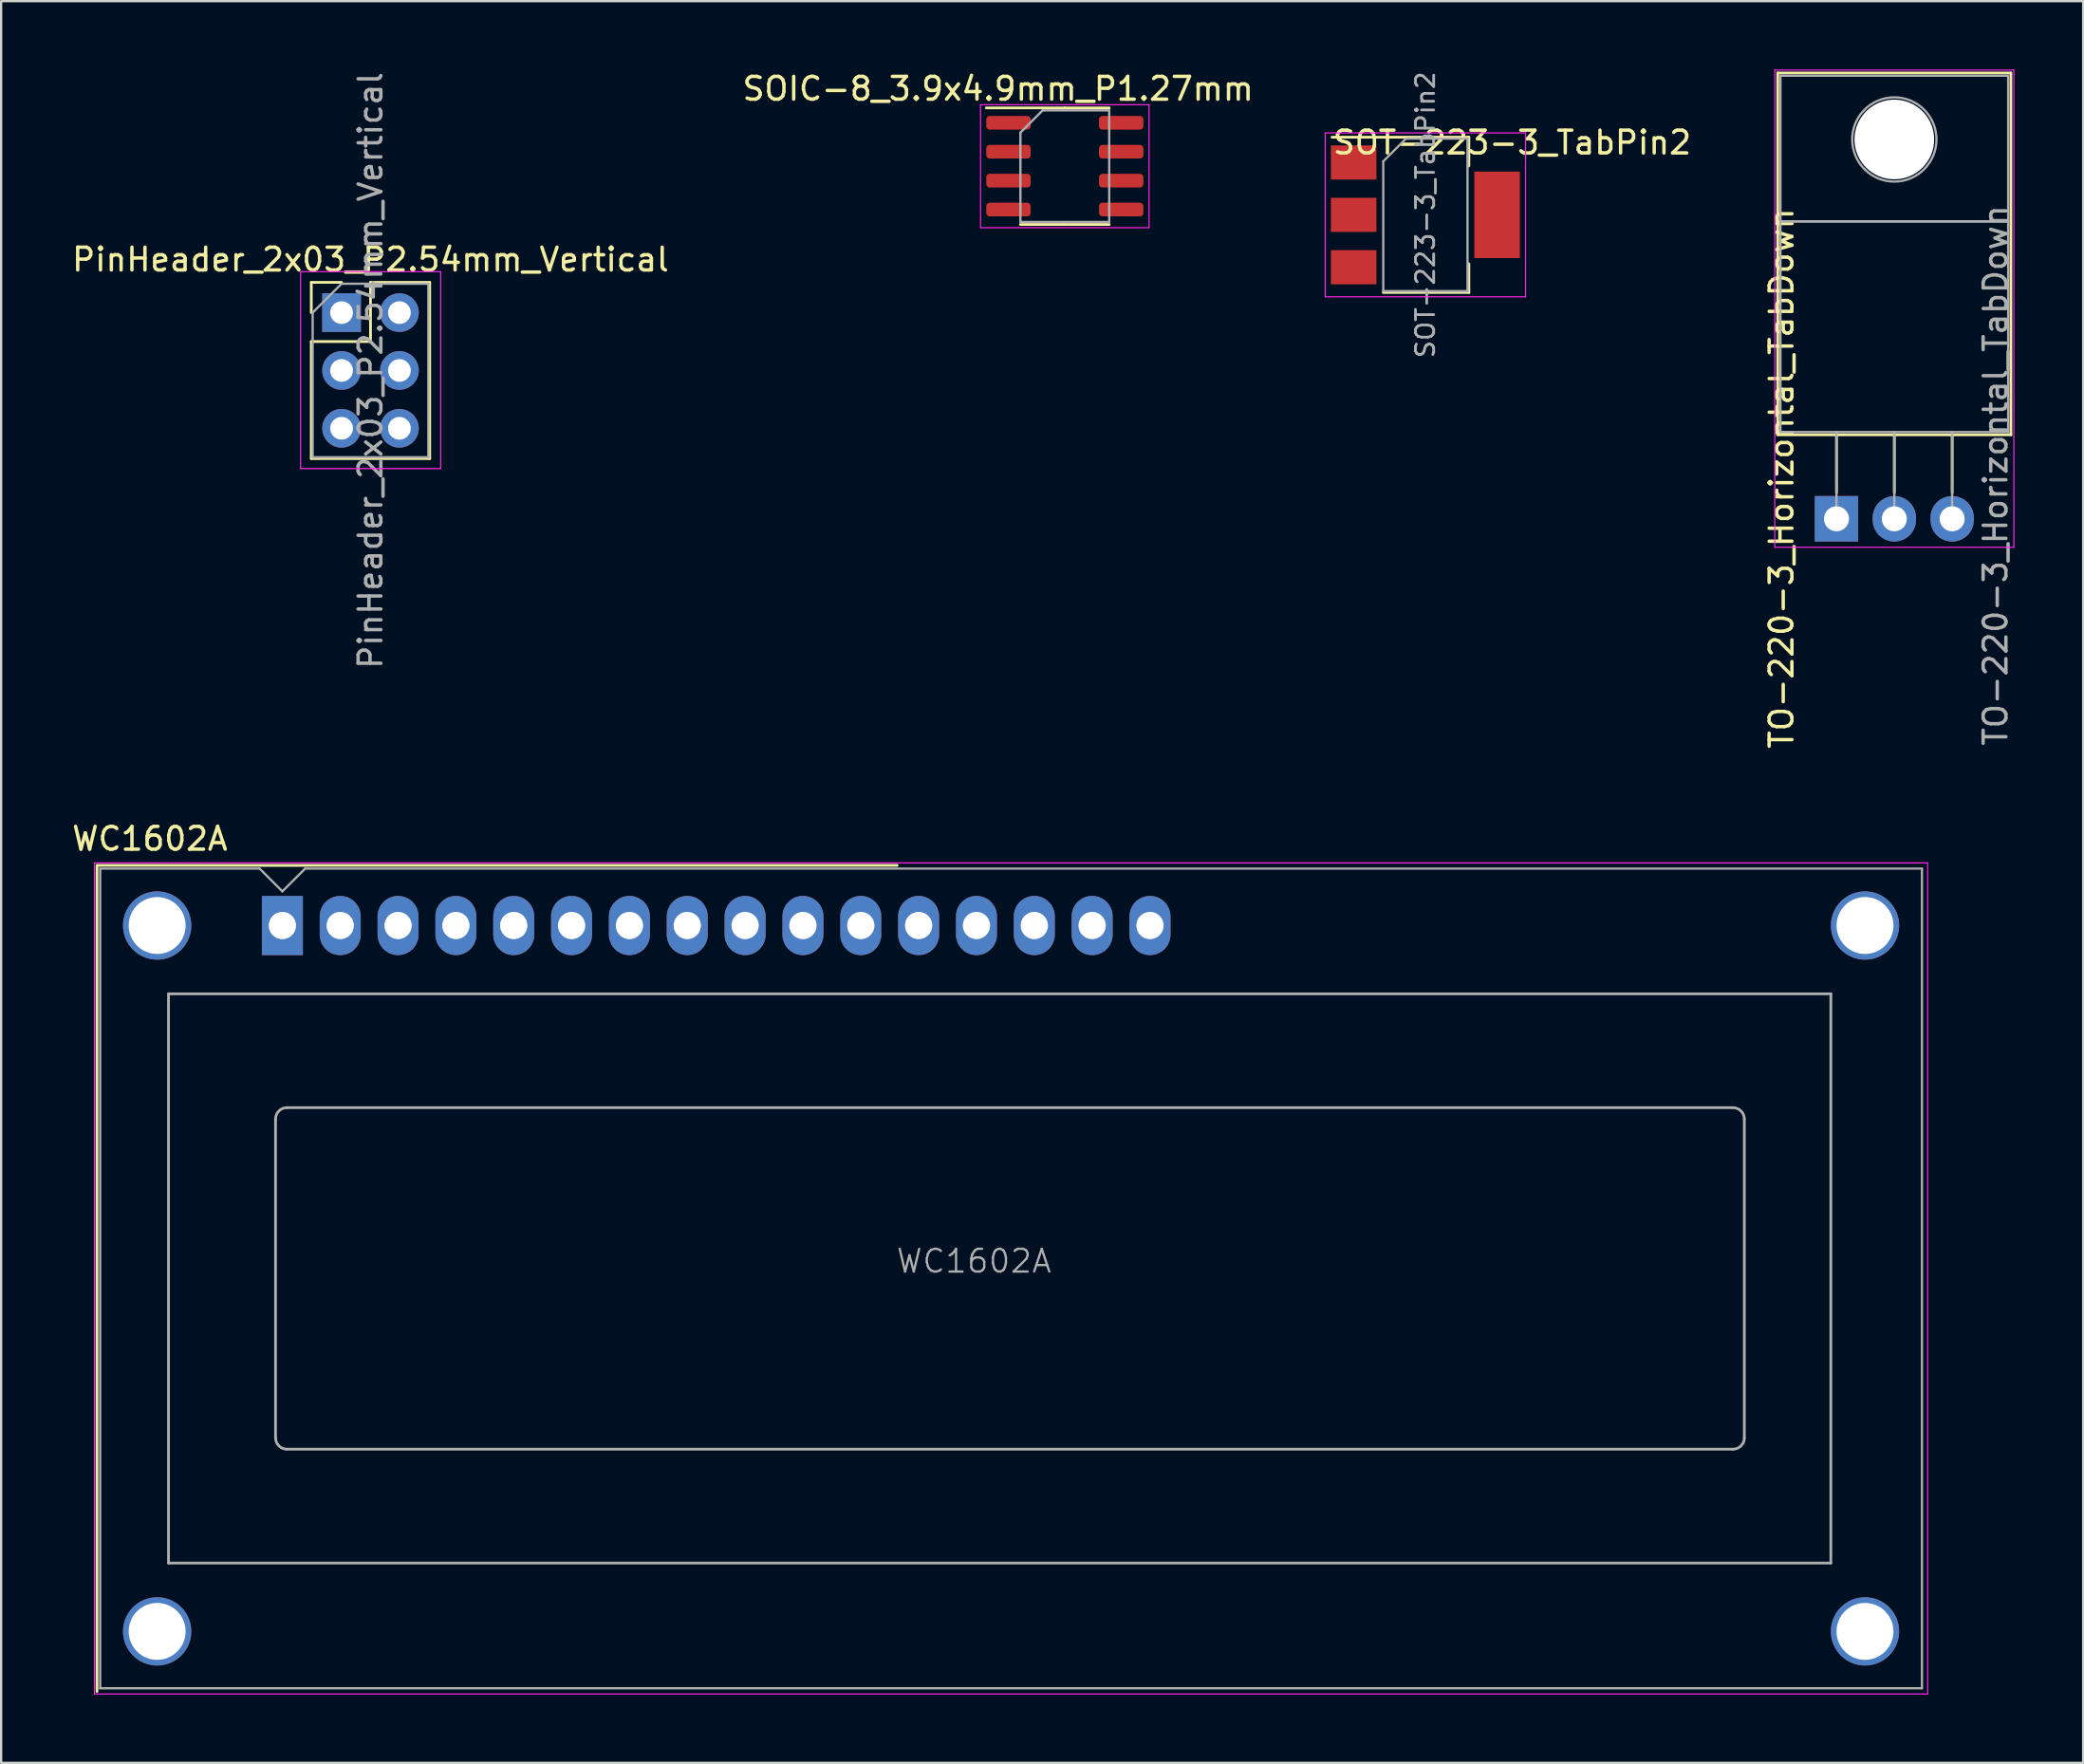
<source format=kicad_pcb>
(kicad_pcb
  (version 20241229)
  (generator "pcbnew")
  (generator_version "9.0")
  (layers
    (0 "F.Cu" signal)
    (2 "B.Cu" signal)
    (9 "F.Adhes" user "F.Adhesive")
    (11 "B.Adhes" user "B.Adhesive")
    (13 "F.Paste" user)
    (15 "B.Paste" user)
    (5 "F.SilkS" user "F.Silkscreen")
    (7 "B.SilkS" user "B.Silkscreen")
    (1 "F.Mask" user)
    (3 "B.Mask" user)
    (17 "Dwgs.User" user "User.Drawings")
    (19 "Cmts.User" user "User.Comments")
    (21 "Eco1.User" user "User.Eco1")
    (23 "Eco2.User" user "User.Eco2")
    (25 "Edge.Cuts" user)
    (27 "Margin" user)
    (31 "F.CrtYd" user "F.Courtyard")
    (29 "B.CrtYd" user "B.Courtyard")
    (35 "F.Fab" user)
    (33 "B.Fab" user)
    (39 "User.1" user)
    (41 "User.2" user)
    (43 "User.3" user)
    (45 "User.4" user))
  (footprint "TO-220-3_Horizontal_TabDown"
    (layer "F.Cu")
    (at 77.597 19.735)
    (property "Reference" "TO-220-3_Horizontal_TabDown" (at -2.413 -1.778 90) (layer "F.SilkS") (effects (font (size 1 1) (thickness 0.15))))
    (attr through_hole)
    (fp_line (start -2.58 -19.58) (end -2.58 -3.69) (stroke (width 0.12) (type solid)) (layer "F.SilkS"))
    (fp_line (start -2.58 -19.58) (end 7.66 -19.58) (stroke (width 0.12) (type solid)) (layer "F.SilkS"))
    (fp_line (start -2.58 -3.69) (end 7.66 -3.69) (stroke (width 0.12) (type solid)) (layer "F.SilkS"))
    (fp_line (start 0 -3.69) (end 0 -1.15) (stroke (width 0.12) (type solid)) (layer "F.SilkS"))
    (fp_line (start 2.54 -3.69) (end 2.54 -1.15) (stroke (width 0.12) (type solid)) (layer "F.SilkS"))
    (fp_line (start 5.08 -3.69) (end 5.08 -1.15) (stroke (width 0.12) (type solid)) (layer "F.SilkS"))
    (fp_line (start 7.66 -19.58) (end 7.66 -3.69) (stroke (width 0.12) (type solid)) (layer "F.SilkS"))
    (fp_line (start -2.71 -19.71) (end -2.71 1.25) (stroke (width 0.05) (type solid)) (layer "F.CrtYd"))
    (fp_line (start -2.71 1.25) (end 7.79 1.25) (stroke (width 0.05) (type solid)) (layer "F.CrtYd"))
    (fp_line (start 7.79 -19.71) (end -2.71 -19.71) (stroke (width 0.05) (type solid)) (layer "F.CrtYd"))
    (fp_line (start 7.79 1.25) (end 7.79 -19.71) (stroke (width 0.05) (type solid)) (layer "F.CrtYd"))
    (fp_line (start -2.46 -19.46) (end 7.54 -19.46) (stroke (width 0.1) (type solid)) (layer "F.Fab"))
    (fp_line (start -2.46 -13.06) (end -2.46 -19.46) (stroke (width 0.1) (type solid)) (layer "F.Fab"))
    (fp_line (start -2.46 -13.06) (end 7.54 -13.06) (stroke (width 0.1) (type solid)) (layer "F.Fab"))
    (fp_line (start -2.46 -3.81) (end -2.46 -13.06) (stroke (width 0.1) (type solid)) (layer "F.Fab"))
    (fp_line (start 0 -3.81) (end 0 0) (stroke (width 0.1) (type solid)) (layer "F.Fab"))
    (fp_line (start 2.54 -3.81) (end 2.54 0) (stroke (width 0.1) (type solid)) (layer "F.Fab"))
    (fp_line (start 5.08 -3.81) (end 5.08 0) (stroke (width 0.1) (type solid)) (layer "F.Fab"))
    (fp_line (start 7.54 -19.46) (end 7.54 -13.06) (stroke (width 0.1) (type solid)) (layer "F.Fab"))
    (fp_line (start 7.54 -13.06) (end -2.46 -13.06) (stroke (width 0.1) (type solid)) (layer "F.Fab"))
    (fp_line (start 7.54 -13.06) (end 7.54 -3.81) (stroke (width 0.1) (type solid)) (layer "F.Fab"))
    (fp_line (start 7.54 -3.81) (end -2.46 -3.81) (stroke (width 0.1) (type solid)) (layer "F.Fab"))
    (fp_circle (center 2.54 -16.66) (end 4.39 -16.66) (stroke (width 0.1) (type solid)) (fill no) (layer "F.Fab"))
    (fp_text user "${REFERENCE}" (at 6.985 -1.905 90) (layer "F.Fab") (effects (font (size 1 1) (thickness 0.15))))
    (pad "" np_thru_hole oval (at 2.54 -16.66) (size 3.5 3.5) (drill 3.5) (layers "*.Cu" "*.Mask"))
    (pad "1" thru_hole rect (at 0 0) (size 1.905 2) (drill 1.1) (layers "*.Cu" "*.Mask"))
    (pad "2" thru_hole oval (at 2.54 0) (size 1.905 2) (drill 1.1) (layers "*.Cu" "*.Mask"))
    (pad "3" thru_hole oval (at 5.08 0) (size 1.905 2) (drill 1.1) (layers "*.Cu" "*.Mask")))
  (footprint "WC1602A"
    (layer "F.Cu")
    (at 9.35 37.597)
    (property "Reference" "WC1602A" (at -5.82 -3.81 0) (layer "F.SilkS") (effects (font (size 1 1) (thickness 0.15))))
    (attr through_hole)
    (fp_line (start -8.14 -2.64) (end -8.14 33.64) (stroke (width 0.12) (type solid)) (layer "F.SilkS"))
    (fp_line (start -8.13 -2.64) (end 27 -2.64) (stroke (width 0.12) (type solid)) (layer "F.SilkS"))
    (fp_line (start -8.25 -2.75) (end -8.25 33.75) (stroke (width 0.05) (type solid)) (layer "F.CrtYd"))
    (fp_line (start -8.25 -2.75) (end 72.25 -2.75) (stroke (width 0.05) (type solid)) (layer "F.CrtYd"))
    (fp_line (start -8.25 33.75) (end 72.25 33.75) (stroke (width 0.05) (type solid)) (layer "F.CrtYd"))
    (fp_line (start 72.25 -2.75) (end 72.25 33.75) (stroke (width 0.05) (type solid)) (layer "F.CrtYd"))
    (fp_line (start -8 33.5) (end -8 -2.5) (stroke (width 0.1) (type solid)) (layer "F.Fab"))
    (fp_line (start -5 3) (end 68 3) (stroke (width 0.12) (type solid)) (layer "F.Fab"))
    (fp_line (start -5 28) (end -5 3) (stroke (width 0.12) (type solid)) (layer "F.Fab"))
    (fp_line (start -1 -2.5) (end -8 -2.5) (stroke (width 0.1) (type solid)) (layer "F.Fab"))
    (fp_line (start -0.3 22.499) (end -0.3 8.5) (stroke (width 0.12) (type solid)) (layer "F.Fab"))
    (fp_line (start 0 -1.5) (end -1 -2.5) (stroke (width 0.1) (type solid)) (layer "F.Fab"))
    (fp_line (start 0.2 8) (end 63.7 8) (stroke (width 0.12) (type solid)) (layer "F.Fab"))
    (fp_line (start 1 -2.5) (end 0 -1.5) (stroke (width 0.1) (type solid)) (layer "F.Fab"))
    (fp_line (start 1 -2.5) (end 72 -2.5) (stroke (width 0.1) (type solid)) (layer "F.Fab"))
    (fp_line (start 63.701 23) (end 0.2 23) (stroke (width 0.12) (type solid)) (layer "F.Fab"))
    (fp_line (start 64.2 8.5) (end 64.2 22.5) (stroke (width 0.12) (type solid)) (layer "F.Fab"))
    (fp_line (start 68 3) (end 68 28) (stroke (width 0.12) (type solid)) (layer "F.Fab"))
    (fp_line (start 68 28) (end -5 28) (stroke (width 0.12) (type solid)) (layer "F.Fab"))
    (fp_line (start 72 -2.5) (end 72 33.5) (stroke (width 0.1) (type solid)) (layer "F.Fab"))
    (fp_line (start 72 33.5) (end -8 33.5) (stroke (width 0.1) (type solid)) (layer "F.Fab"))
    (fp_arc (start -0.29972 8.49884) (mid -0.153162 8.145018) (end 0.20066 7.99846) (stroke (width 0.12) (type solid)) (layer "F.Fab"))
    (fp_arc (start 0.20066 22.9997) (mid -0.153162 22.853142) (end -0.29972 22.49932) (stroke (width 0.12) (type solid)) (layer "F.Fab"))
    (fp_arc (start 63.7 8) (mid 64.053553 8.146447) (end 64.2 8.5) (stroke (width 0.12) (type solid)) (layer "F.Fab"))
    (fp_arc (start 64.20104 22.49932) (mid 64.054482 22.853142) (end 63.70066 22.9997) (stroke (width 0.12) (type solid)) (layer "F.Fab"))
    (fp_text user "${REFERENCE}" (at 30.37 14.74 0) (layer "F.Fab") (effects (font (size 1 1) (thickness 0.1))))
    (pad "" thru_hole circle (at -5.499 0) (size 3 3) (drill 2.5) (layers "*.Cu" "*.Mask"))
    (pad "" thru_hole circle (at -5.499 31.001) (size 3 3) (drill 2.5) (layers "*.Cu" "*.Mask"))
    (pad "" thru_hole circle (at 69.499 31.001) (size 3 3) (drill 2.5) (layers "*.Cu" "*.Mask"))
    (pad "" thru_hole circle (at 69.5 0) (size 3 3) (drill 2.5) (layers "*.Cu" "*.Mask"))
    (pad "1" thru_hole rect (at 0 0) (size 1.8 2.6) (drill 1.2) (layers "*.Cu" "*.Mask"))
    (pad "2" thru_hole oval (at 2.54 0) (size 1.8 2.6) (drill 1.2) (layers "*.Cu" "*.Mask"))
    (pad "3" thru_hole oval (at 5.08 0) (size 1.8 2.6) (drill 1.2) (layers "*.Cu" "*.Mask"))
    (pad "4" thru_hole oval (at 7.62 0) (size 1.8 2.6) (drill 1.2) (layers "*.Cu" "*.Mask"))
    (pad "5" thru_hole oval (at 10.16 0) (size 1.8 2.6) (drill 1.2) (layers "*.Cu" "*.Mask"))
    (pad "6" thru_hole oval (at 12.7 0) (size 1.8 2.6) (drill 1.2) (layers "*.Cu" "*.Mask"))
    (pad "7" thru_hole oval (at 15.24 0) (size 1.8 2.6) (drill 1.2) (layers "*.Cu" "*.Mask"))
    (pad "8" thru_hole oval (at 17.78 0) (size 1.8 2.6) (drill 1.2) (layers "*.Cu" "*.Mask"))
    (pad "9" thru_hole oval (at 20.32 0) (size 1.8 2.6) (drill 1.2) (layers "*.Cu" "*.Mask"))
    (pad "10" thru_hole oval (at 22.86 0) (size 1.8 2.6) (drill 1.2) (layers "*.Cu" "*.Mask"))
    (pad "11" thru_hole oval (at 25.4 0) (size 1.8 2.6) (drill 1.2) (layers "*.Cu" "*.Mask"))
    (pad "12" thru_hole oval (at 27.94 0) (size 1.8 2.6) (drill 1.2) (layers "*.Cu" "*.Mask"))
    (pad "13" thru_hole oval (at 30.48 0) (size 1.8 2.6) (drill 1.2) (layers "*.Cu" "*.Mask"))
    (pad "14" thru_hole oval (at 33.02 0) (size 1.8 2.6) (drill 1.2) (layers "*.Cu" "*.Mask"))
    (pad "15" thru_hole oval (at 35.56 0) (size 1.8 2.6) (drill 1.2) (layers "*.Cu" "*.Mask"))
    (pad "16" thru_hole oval (at 38.1 0) (size 1.8 2.6) (drill 1.2) (layers "*.Cu" "*.Mask")))
  (footprint "PinHeader_2x03_P2.54mm_Vertical"
    (layer "F.Cu")
    (at 11.95 10.68)
    (property "Reference" "PinHeader_2x03_P2.54mm_Vertical" (at 1.27 -2.33 180) (layer "F.SilkS") (effects (font (size 1 1) (thickness 0.15))))
    (attr through_hole)
    (fp_line (start -1.33 -1.33) (end 0 -1.33) (stroke (width 0.12) (type solid)) (layer "F.SilkS"))
    (fp_line (start -1.33 0) (end -1.33 -1.33) (stroke (width 0.12) (type solid)) (layer "F.SilkS"))
    (fp_line (start -1.33 1.27) (end -1.33 6.41) (stroke (width 0.12) (type solid)) (layer "F.SilkS"))
    (fp_line (start -1.33 1.27) (end 1.27 1.27) (stroke (width 0.12) (type solid)) (layer "F.SilkS"))
    (fp_line (start -1.33 6.41) (end 3.87 6.41) (stroke (width 0.12) (type solid)) (layer "F.SilkS"))
    (fp_line (start 1.27 -1.33) (end 3.87 -1.33) (stroke (width 0.12) (type solid)) (layer "F.SilkS"))
    (fp_line (start 1.27 1.27) (end 1.27 -1.33) (stroke (width 0.12) (type solid)) (layer "F.SilkS"))
    (fp_line (start 3.87 -1.33) (end 3.87 6.41) (stroke (width 0.12) (type solid)) (layer "F.SilkS"))
    (fp_line (start -1.8 -1.8) (end -1.8 6.85) (stroke (width 0.05) (type solid)) (layer "F.CrtYd"))
    (fp_line (start -1.8 6.85) (end 4.35 6.85) (stroke (width 0.05) (type solid)) (layer "F.CrtYd"))
    (fp_line (start 4.35 -1.8) (end -1.8 -1.8) (stroke (width 0.05) (type solid)) (layer "F.CrtYd"))
    (fp_line (start 4.35 6.85) (end 4.35 -1.8) (stroke (width 0.05) (type solid)) (layer "F.CrtYd"))
    (fp_line (start -1.27 0) (end 0 -1.27) (stroke (width 0.1) (type solid)) (layer "F.Fab"))
    (fp_line (start -1.27 6.35) (end -1.27 0) (stroke (width 0.1) (type solid)) (layer "F.Fab"))
    (fp_line (start 0 -1.27) (end 3.81 -1.27) (stroke (width 0.1) (type solid)) (layer "F.Fab"))
    (fp_line (start 3.81 -1.27) (end 3.81 6.35) (stroke (width 0.1) (type solid)) (layer "F.Fab"))
    (fp_line (start 3.81 6.35) (end -1.27 6.35) (stroke (width 0.1) (type solid)) (layer "F.Fab"))
    (fp_text user "${REFERENCE}" (at 1.27 2.54 270) (layer "F.Fab") (effects (font (size 1 1) (thickness 0.15))))
    (pad "1" thru_hole rect (at 0 0) (size 1.7 1.7) (drill 1) (layers "*.Cu" "*.Mask"))
    (pad "2" thru_hole oval (at 2.54 0) (size 1.7 1.7) (drill 1) (layers "*.Cu" "*.Mask"))
    (pad "3" thru_hole oval (at 0 2.54) (size 1.7 1.7) (drill 1) (layers "*.Cu" "*.Mask"))
    (pad "4" thru_hole oval (at 2.54 2.54) (size 1.7 1.7) (drill 1) (layers "*.Cu" "*.Mask"))
    (pad "5" thru_hole oval (at 0 5.08) (size 1.7 1.7) (drill 1) (layers "*.Cu" "*.Mask"))
    (pad "6" thru_hole oval (at 2.54 5.08) (size 1.7 1.7) (drill 1) (layers "*.Cu" "*.Mask")))
  (footprint "SOIC-8_3.9x4.9mm_P1.27mm"
    (layer "F.Cu")
    (at 43.71 4.248)
    (property "Reference" "SOIC-8_3.9x4.9mm_P1.27mm" (at -2.93 -3.4 0) (layer "F.SilkS") (effects (font (size 1 1) (thickness 0.15))))
    (attr smd)
    (fp_line (start 0 -2.56) (end -3.45 -2.56) (stroke (width 0.12) (type solid)) (layer "F.SilkS"))
    (fp_line (start 0 -2.56) (end 1.95 -2.56) (stroke (width 0.12) (type solid)) (layer "F.SilkS"))
    (fp_line (start 0 2.56) (end -1.95 2.56) (stroke (width 0.12) (type solid)) (layer "F.SilkS"))
    (fp_line (start 0 2.56) (end 1.95 2.56) (stroke (width 0.12) (type solid)) (layer "F.SilkS"))
    (fp_line (start -3.7 -2.7) (end -3.7 2.7) (stroke (width 0.05) (type solid)) (layer "F.CrtYd"))
    (fp_line (start -3.7 2.7) (end 3.7 2.7) (stroke (width 0.05) (type solid)) (layer "F.CrtYd"))
    (fp_line (start 3.7 -2.7) (end -3.7 -2.7) (stroke (width 0.05) (type solid)) (layer "F.CrtYd"))
    (fp_line (start 3.7 2.7) (end 3.7 -2.7) (stroke (width 0.05) (type solid)) (layer "F.CrtYd"))
    (fp_line (start -1.95 -1.475) (end -0.975 -2.45) (stroke (width 0.1) (type solid)) (layer "F.Fab"))
    (fp_line (start -1.95 2.45) (end -1.95 -1.475) (stroke (width 0.1) (type solid)) (layer "F.Fab"))
    (fp_line (start -0.975 -2.45) (end 1.95 -2.45) (stroke (width 0.1) (type solid)) (layer "F.Fab"))
    (fp_line (start 1.95 -2.45) (end 1.95 2.45) (stroke (width 0.1) (type solid)) (layer "F.Fab"))
    (fp_line (start 1.95 2.45) (end -1.95 2.45) (stroke (width 0.1) (type solid)) (layer "F.Fab"))
    (pad "1" smd roundrect (at -2.475 -1.905) (size 1.95 0.6) (layers "F.Cu" "F.Mask" "F.Paste") (roundrect_rratio 0.25))
    (pad "2" smd roundrect (at -2.475 -0.635) (size 1.95 0.6) (layers "F.Cu" "F.Mask" "F.Paste") (roundrect_rratio 0.25))
    (pad "3" smd roundrect (at -2.475 0.635) (size 1.95 0.6) (layers "F.Cu" "F.Mask" "F.Paste") (roundrect_rratio 0.25))
    (pad "4" smd roundrect (at -2.475 1.905) (size 1.95 0.6) (layers "F.Cu" "F.Mask" "F.Paste") (roundrect_rratio 0.25))
    (pad "5" smd roundrect (at 2.475 1.905) (size 1.95 0.6) (layers "F.Cu" "F.Mask" "F.Paste") (roundrect_rratio 0.25))
    (pad "6" smd roundrect (at 2.475 0.635) (size 1.95 0.6) (layers "F.Cu" "F.Mask" "F.Paste") (roundrect_rratio 0.25))
    (pad "7" smd roundrect (at 2.475 -0.635) (size 1.95 0.6) (layers "F.Cu" "F.Mask" "F.Paste") (roundrect_rratio 0.25))
    (pad "8" smd roundrect (at 2.475 -1.905) (size 1.95 0.6) (layers "F.Cu" "F.Mask" "F.Paste") (roundrect_rratio 0.25)))
  (footprint "SOT-223-3_TabPin2"
    (layer "F.Cu")
    (at 59.544 6.386)
    (property "Reference" "SOT-223-3_TabPin2" (at 3.81 -3.175 0) (layer "F.SilkS") (effects (font (size 1 1) (thickness 0.15))))
    (attr smd)
    (fp_line (start -4.1 -3.41) (end 1.91 -3.41) (stroke (width 0.12) (type solid)) (layer "F.SilkS"))
    (fp_line (start -1.85 3.41) (end 1.91 3.41) (stroke (width 0.12) (type solid)) (layer "F.SilkS"))
    (fp_line (start 1.91 -3.41) (end 1.91 -2.15) (stroke (width 0.12) (type solid)) (layer "F.SilkS"))
    (fp_line (start 1.91 3.41) (end 1.91 2.15) (stroke (width 0.12) (type solid)) (layer "F.SilkS"))
    (fp_line (start -4.4 -3.6) (end -4.4 3.6) (stroke (width 0.05) (type solid)) (layer "F.CrtYd"))
    (fp_line (start -4.4 3.6) (end 4.4 3.6) (stroke (width 0.05) (type solid)) (layer "F.CrtYd"))
    (fp_line (start 4.4 -3.6) (end -4.4 -3.6) (stroke (width 0.05) (type solid)) (layer "F.CrtYd"))
    (fp_line (start 4.4 3.6) (end 4.4 -3.6) (stroke (width 0.05) (type solid)) (layer "F.CrtYd"))
    (fp_line (start -1.85 -2.35) (end -1.85 3.35) (stroke (width 0.1) (type solid)) (layer "F.Fab"))
    (fp_line (start -1.85 -2.35) (end -0.85 -3.35) (stroke (width 0.1) (type solid)) (layer "F.Fab"))
    (fp_line (start -1.85 3.35) (end 1.85 3.35) (stroke (width 0.1) (type solid)) (layer "F.Fab"))
    (fp_line (start -0.85 -3.35) (end 1.85 -3.35) (stroke (width 0.1) (type solid)) (layer "F.Fab"))
    (fp_line (start 1.85 -3.35) (end 1.85 3.35) (stroke (width 0.1) (type solid)) (layer "F.Fab"))
    (fp_text user "${REFERENCE}" (at 0 0 90) (layer "F.Fab") (effects (font (size 0.8 0.8) (thickness 0.12))))
    (pad "1" smd rect (at -3.15 -2.3) (size 2 1.5) (layers "F.Cu" "F.Mask" "F.Paste"))
    (pad "2" smd rect (at -3.15 0) (size 2 1.5) (layers "F.Cu" "F.Mask" "F.Paste"))
    (pad "2" smd rect (at 3.15 0) (size 2 3.8) (layers "F.Cu" "F.Mask" "F.Paste"))
    (pad "3" smd rect (at -3.15 2.3) (size 2 1.5) (layers "F.Cu" "F.Mask" "F.Paste")))
  (gr_rect
    (start -3 -3)
    (end 88.431 74.372)
    (stroke (width 0.1) (type default))
    (fill no)
    (layer "Edge.Cuts")))
</source>
